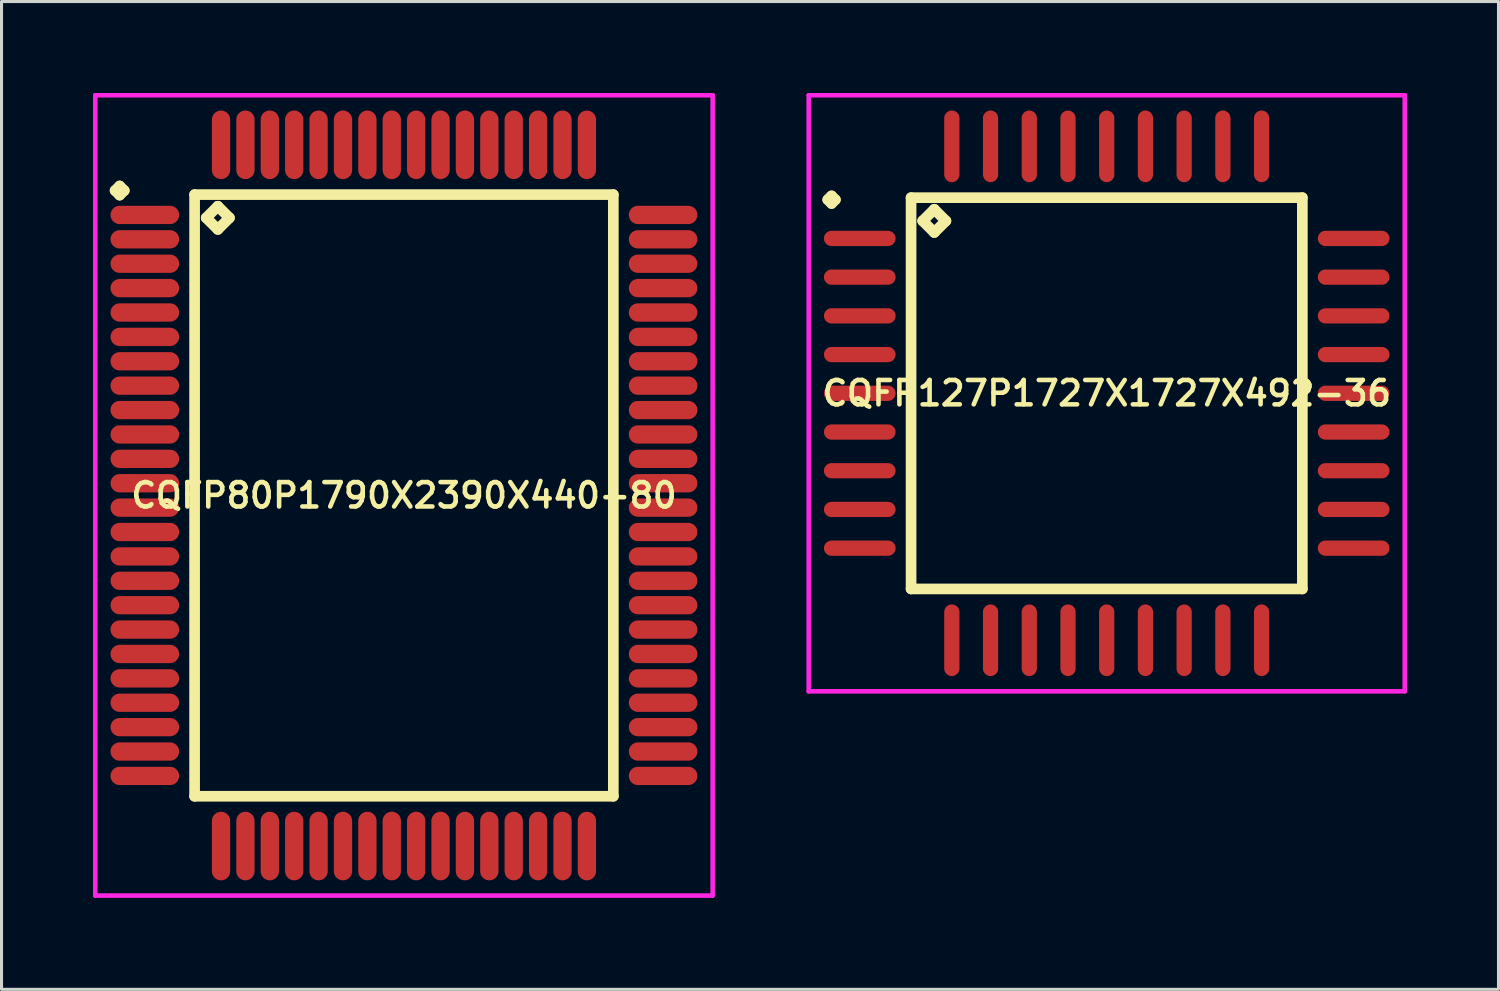
<source format=kicad_pcb>
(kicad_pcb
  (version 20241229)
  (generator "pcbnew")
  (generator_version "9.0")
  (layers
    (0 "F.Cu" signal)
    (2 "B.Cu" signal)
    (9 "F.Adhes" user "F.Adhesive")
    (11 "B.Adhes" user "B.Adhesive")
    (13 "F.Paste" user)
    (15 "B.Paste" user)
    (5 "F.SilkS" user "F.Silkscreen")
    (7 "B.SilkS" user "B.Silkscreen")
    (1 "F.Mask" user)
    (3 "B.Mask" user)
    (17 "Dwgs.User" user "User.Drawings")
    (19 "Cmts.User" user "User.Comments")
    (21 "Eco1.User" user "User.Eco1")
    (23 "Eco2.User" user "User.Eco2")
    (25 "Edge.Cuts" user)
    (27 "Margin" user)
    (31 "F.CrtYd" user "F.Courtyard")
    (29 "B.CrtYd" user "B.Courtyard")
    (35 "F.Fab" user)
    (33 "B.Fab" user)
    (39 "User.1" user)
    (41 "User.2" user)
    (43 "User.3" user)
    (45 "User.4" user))
  (footprint "CQFP127P1727X1727X492-36"
    (layer "F.Cu")
    (at 33.25 9.85)
    (property "Reference" "CQFP127P1727X1727X492-36" (at 0 0 0) (layer "F.SilkS") (effects (font (size 0.8 0.8) (thickness 0.15))))
    (attr smd)
    (fp_line (start -9.15 -6.35) (end -9.025 -6.475) (stroke (width 0.35) (type solid)) (layer "F.SilkS"))
    (fp_line (start -9.025 -6.475) (end -8.9 -6.35) (stroke (width 0.35) (type solid)) (layer "F.SilkS"))
    (fp_line (start -9.025 -6.225) (end -9.15 -6.35) (stroke (width 0.35) (type solid)) (layer "F.SilkS"))
    (fp_line (start -8.9 -6.35) (end -9.025 -6.225) (stroke (width 0.35) (type solid)) (layer "F.SilkS"))
    (fp_line (start -6.417 -6.417) (end -6.417 6.417) (stroke (width 0.35) (type solid)) (layer "F.SilkS"))
    (fp_line (start -6.417 6.417) (end 6.417 6.417) (stroke (width 0.35) (type solid)) (layer "F.SilkS"))
    (fp_line (start -6.036 -5.655) (end -5.655 -6.036) (stroke (width 0.35) (type solid)) (layer "F.SilkS"))
    (fp_line (start -5.655 -6.036) (end -5.274 -5.655) (stroke (width 0.35) (type solid)) (layer "F.SilkS"))
    (fp_line (start -5.655 -5.274) (end -6.036 -5.655) (stroke (width 0.35) (type solid)) (layer "F.SilkS"))
    (fp_line (start -5.274 -5.655) (end -5.655 -5.274) (stroke (width 0.35) (type solid)) (layer "F.SilkS"))
    (fp_line (start 6.417 -6.417) (end -6.417 -6.417) (stroke (width 0.35) (type solid)) (layer "F.SilkS"))
    (fp_line (start 6.417 6.417) (end 6.417 -6.417) (stroke (width 0.35) (type solid)) (layer "F.SilkS"))
    (fp_line (start -9.775 -9.775) (end 9.775 -9.775) (stroke (width 0.15) (type solid)) (layer "F.CrtYd"))
    (fp_line (start -9.775 9.775) (end -9.775 -9.775) (stroke (width 0.15) (type solid)) (layer "F.CrtYd"))
    (fp_line (start 9.775 -9.775) (end 9.775 9.775) (stroke (width 0.15) (type solid)) (layer "F.CrtYd"))
    (fp_line (start 9.775 9.775) (end -9.775 9.775) (stroke (width 0.15) (type solid)) (layer "F.CrtYd"))
    (pad "1" smd oval (at -8.1 -5.08) (size 2.35 0.5) (layers "F.Cu" "F.Mask" "F.Paste"))
    (pad "2" smd oval (at -8.1 -3.81) (size 2.35 0.5) (layers "F.Cu" "F.Mask" "F.Paste"))
    (pad "3" smd oval (at -8.1 -2.54) (size 2.35 0.5) (layers "F.Cu" "F.Mask" "F.Paste"))
    (pad "4" smd oval (at -8.1 -1.27) (size 2.35 0.5) (layers "F.Cu" "F.Mask" "F.Paste"))
    (pad "5" smd oval (at -8.1 0) (size 2.35 0.5) (layers "F.Cu" "F.Mask" "F.Paste"))
    (pad "6" smd oval (at -8.1 1.27) (size 2.35 0.5) (layers "F.Cu" "F.Mask" "F.Paste"))
    (pad "7" smd oval (at -8.1 2.54) (size 2.35 0.5) (layers "F.Cu" "F.Mask" "F.Paste"))
    (pad "8" smd oval (at -8.1 3.81) (size 2.35 0.5) (layers "F.Cu" "F.Mask" "F.Paste"))
    (pad "9" smd oval (at -8.1 5.08) (size 2.35 0.5) (layers "F.Cu" "F.Mask" "F.Paste"))
    (pad "10" smd oval (at -5.08 8.1) (size 0.5 2.35) (layers "F.Cu" "F.Mask" "F.Paste"))
    (pad "11" smd oval (at -3.81 8.1) (size 0.5 2.35) (layers "F.Cu" "F.Mask" "F.Paste"))
    (pad "12" smd oval (at -2.54 8.1) (size 0.5 2.35) (layers "F.Cu" "F.Mask" "F.Paste"))
    (pad "13" smd oval (at -1.27 8.1) (size 0.5 2.35) (layers "F.Cu" "F.Mask" "F.Paste"))
    (pad "14" smd oval (at 0 8.1) (size 0.5 2.35) (layers "F.Cu" "F.Mask" "F.Paste"))
    (pad "15" smd oval (at 1.27 8.1) (size 0.5 2.35) (layers "F.Cu" "F.Mask" "F.Paste"))
    (pad "16" smd oval (at 2.54 8.1) (size 0.5 2.35) (layers "F.Cu" "F.Mask" "F.Paste"))
    (pad "17" smd oval (at 3.81 8.1) (size 0.5 2.35) (layers "F.Cu" "F.Mask" "F.Paste"))
    (pad "18" smd oval (at 5.08 8.1) (size 0.5 2.35) (layers "F.Cu" "F.Mask" "F.Paste"))
    (pad "19" smd oval (at 8.1 5.08) (size 2.35 0.5) (layers "F.Cu" "F.Mask" "F.Paste"))
    (pad "20" smd oval (at 8.1 3.81) (size 2.35 0.5) (layers "F.Cu" "F.Mask" "F.Paste"))
    (pad "21" smd oval (at 8.1 2.54) (size 2.35 0.5) (layers "F.Cu" "F.Mask" "F.Paste"))
    (pad "22" smd oval (at 8.1 1.27) (size 2.35 0.5) (layers "F.Cu" "F.Mask" "F.Paste"))
    (pad "23" smd oval (at 8.1 0) (size 2.35 0.5) (layers "F.Cu" "F.Mask" "F.Paste"))
    (pad "24" smd oval (at 8.1 -1.27) (size 2.35 0.5) (layers "F.Cu" "F.Mask" "F.Paste"))
    (pad "25" smd oval (at 8.1 -2.54) (size 2.35 0.5) (layers "F.Cu" "F.Mask" "F.Paste"))
    (pad "26" smd oval (at 8.1 -3.81) (size 2.35 0.5) (layers "F.Cu" "F.Mask" "F.Paste"))
    (pad "27" smd oval (at 8.1 -5.08) (size 2.35 0.5) (layers "F.Cu" "F.Mask" "F.Paste"))
    (pad "28" smd oval (at 5.08 -8.1) (size 0.5 2.35) (layers "F.Cu" "F.Mask" "F.Paste"))
    (pad "29" smd oval (at 3.81 -8.1) (size 0.5 2.35) (layers "F.Cu" "F.Mask" "F.Paste"))
    (pad "30" smd oval (at 2.54 -8.1) (size 0.5 2.35) (layers "F.Cu" "F.Mask" "F.Paste"))
    (pad "31" smd oval (at 1.27 -8.1) (size 0.5 2.35) (layers "F.Cu" "F.Mask" "F.Paste"))
    (pad "32" smd oval (at 0 -8.1) (size 0.5 2.35) (layers "F.Cu" "F.Mask" "F.Paste"))
    (pad "33" smd oval (at -1.27 -8.1) (size 0.5 2.35) (layers "F.Cu" "F.Mask" "F.Paste"))
    (pad "34" smd oval (at -2.54 -8.1) (size 0.5 2.35) (layers "F.Cu" "F.Mask" "F.Paste"))
    (pad "35" smd oval (at -3.81 -8.1) (size 0.5 2.35) (layers "F.Cu" "F.Mask" "F.Paste"))
    (pad "36" smd oval (at -5.08 -8.1) (size 0.5 2.35) (layers "F.Cu" "F.Mask" "F.Paste")))
  (footprint "CQFP80P1790X2390X440-80"
    (layer "F.Cu")
    (at 10.2 13.2)
    (property "Reference" "CQFP80P1790X2390X440-80" (at 0 0 0) (layer "F.SilkS") (effects (font (size 0.8 0.8) (thickness 0.15))))
    (attr smd)
    (fp_line (start -9.475 -10) (end -9.325 -10.15) (stroke (width 0.35) (type solid)) (layer "F.SilkS"))
    (fp_line (start -9.325 -10.15) (end -9.175 -10) (stroke (width 0.35) (type solid)) (layer "F.SilkS"))
    (fp_line (start -9.325 -9.85) (end -9.475 -10) (stroke (width 0.35) (type solid)) (layer "F.SilkS"))
    (fp_line (start -9.175 -10) (end -9.325 -9.85) (stroke (width 0.35) (type solid)) (layer "F.SilkS"))
    (fp_line (start -6.867 -9.867) (end -6.867 9.867) (stroke (width 0.35) (type solid)) (layer "F.SilkS"))
    (fp_line (start -6.867 9.867) (end 6.867 9.867) (stroke (width 0.35) (type solid)) (layer "F.SilkS"))
    (fp_line (start -6.486 -9.105) (end -6.105 -9.486) (stroke (width 0.35) (type solid)) (layer "F.SilkS"))
    (fp_line (start -6.105 -9.486) (end -5.724 -9.105) (stroke (width 0.35) (type solid)) (layer "F.SilkS"))
    (fp_line (start -6.105 -8.724) (end -6.486 -9.105) (stroke (width 0.35) (type solid)) (layer "F.SilkS"))
    (fp_line (start -5.724 -9.105) (end -6.105 -8.724) (stroke (width 0.35) (type solid)) (layer "F.SilkS"))
    (fp_line (start 6.867 -9.867) (end -6.867 -9.867) (stroke (width 0.35) (type solid)) (layer "F.SilkS"))
    (fp_line (start 6.867 9.867) (end 6.867 -9.867) (stroke (width 0.35) (type solid)) (layer "F.SilkS"))
    (fp_line (start -10.125 -13.125) (end 10.125 -13.125) (stroke (width 0.15) (type solid)) (layer "F.CrtYd"))
    (fp_line (start -10.125 13.125) (end -10.125 -13.125) (stroke (width 0.15) (type solid)) (layer "F.CrtYd"))
    (fp_line (start 10.125 -13.125) (end 10.125 13.125) (stroke (width 0.15) (type solid)) (layer "F.CrtYd"))
    (fp_line (start 10.125 13.125) (end -10.125 13.125) (stroke (width 0.15) (type solid)) (layer "F.CrtYd"))
    (pad "1" smd oval (at -8.5 -9.2) (size 2.25 0.6) (layers "F.Cu" "F.Mask" "F.Paste"))
    (pad "2" smd oval (at -8.5 -8.4) (size 2.25 0.6) (layers "F.Cu" "F.Mask" "F.Paste"))
    (pad "3" smd oval (at -8.5 -7.6) (size 2.25 0.6) (layers "F.Cu" "F.Mask" "F.Paste"))
    (pad "4" smd oval (at -8.5 -6.8) (size 2.25 0.6) (layers "F.Cu" "F.Mask" "F.Paste"))
    (pad "5" smd oval (at -8.5 -6) (size 2.25 0.6) (layers "F.Cu" "F.Mask" "F.Paste"))
    (pad "6" smd oval (at -8.5 -5.2) (size 2.25 0.6) (layers "F.Cu" "F.Mask" "F.Paste"))
    (pad "7" smd oval (at -8.5 -4.4) (size 2.25 0.6) (layers "F.Cu" "F.Mask" "F.Paste"))
    (pad "8" smd oval (at -8.5 -3.6) (size 2.25 0.6) (layers "F.Cu" "F.Mask" "F.Paste"))
    (pad "9" smd oval (at -8.5 -2.8) (size 2.25 0.6) (layers "F.Cu" "F.Mask" "F.Paste"))
    (pad "10" smd oval (at -8.5 -2) (size 2.25 0.6) (layers "F.Cu" "F.Mask" "F.Paste"))
    (pad "11" smd oval (at -8.5 -1.2) (size 2.25 0.6) (layers "F.Cu" "F.Mask" "F.Paste"))
    (pad "12" smd oval (at -8.5 -0.4) (size 2.25 0.6) (layers "F.Cu" "F.Mask" "F.Paste"))
    (pad "13" smd oval (at -8.5 0.4) (size 2.25 0.6) (layers "F.Cu" "F.Mask" "F.Paste"))
    (pad "14" smd oval (at -8.5 1.2) (size 2.25 0.6) (layers "F.Cu" "F.Mask" "F.Paste"))
    (pad "15" smd oval (at -8.5 2) (size 2.25 0.6) (layers "F.Cu" "F.Mask" "F.Paste"))
    (pad "16" smd oval (at -8.5 2.8) (size 2.25 0.6) (layers "F.Cu" "F.Mask" "F.Paste"))
    (pad "17" smd oval (at -8.5 3.6) (size 2.25 0.6) (layers "F.Cu" "F.Mask" "F.Paste"))
    (pad "18" smd oval (at -8.5 4.4) (size 2.25 0.6) (layers "F.Cu" "F.Mask" "F.Paste"))
    (pad "19" smd oval (at -8.5 5.2) (size 2.25 0.6) (layers "F.Cu" "F.Mask" "F.Paste"))
    (pad "20" smd oval (at -8.5 6) (size 2.25 0.6) (layers "F.Cu" "F.Mask" "F.Paste"))
    (pad "21" smd oval (at -8.5 6.8) (size 2.25 0.6) (layers "F.Cu" "F.Mask" "F.Paste"))
    (pad "22" smd oval (at -8.5 7.6) (size 2.25 0.6) (layers "F.Cu" "F.Mask" "F.Paste"))
    (pad "23" smd oval (at -8.5 8.4) (size 2.25 0.6) (layers "F.Cu" "F.Mask" "F.Paste"))
    (pad "24" smd oval (at -8.5 9.2) (size 2.25 0.6) (layers "F.Cu" "F.Mask" "F.Paste"))
    (pad "25" smd oval (at -6 11.5) (size 0.6 2.25) (layers "F.Cu" "F.Mask" "F.Paste"))
    (pad "26" smd oval (at -5.2 11.5) (size 0.6 2.25) (layers "F.Cu" "F.Mask" "F.Paste"))
    (pad "27" smd oval (at -4.4 11.5) (size 0.6 2.25) (layers "F.Cu" "F.Mask" "F.Paste"))
    (pad "28" smd oval (at -3.6 11.5) (size 0.6 2.25) (layers "F.Cu" "F.Mask" "F.Paste"))
    (pad "29" smd oval (at -2.8 11.5) (size 0.6 2.25) (layers "F.Cu" "F.Mask" "F.Paste"))
    (pad "30" smd oval (at -2 11.5) (size 0.6 2.25) (layers "F.Cu" "F.Mask" "F.Paste"))
    (pad "31" smd oval (at -1.2 11.5) (size 0.6 2.25) (layers "F.Cu" "F.Mask" "F.Paste"))
    (pad "32" smd oval (at -0.4 11.5) (size 0.6 2.25) (layers "F.Cu" "F.Mask" "F.Paste"))
    (pad "33" smd oval (at 0.4 11.5) (size 0.6 2.25) (layers "F.Cu" "F.Mask" "F.Paste"))
    (pad "34" smd oval (at 1.2 11.5) (size 0.6 2.25) (layers "F.Cu" "F.Mask" "F.Paste"))
    (pad "35" smd oval (at 2 11.5) (size 0.6 2.25) (layers "F.Cu" "F.Mask" "F.Paste"))
    (pad "36" smd oval (at 2.8 11.5) (size 0.6 2.25) (layers "F.Cu" "F.Mask" "F.Paste"))
    (pad "37" smd oval (at 3.6 11.5) (size 0.6 2.25) (layers "F.Cu" "F.Mask" "F.Paste"))
    (pad "38" smd oval (at 4.4 11.5) (size 0.6 2.25) (layers "F.Cu" "F.Mask" "F.Paste"))
    (pad "39" smd oval (at 5.2 11.5) (size 0.6 2.25) (layers "F.Cu" "F.Mask" "F.Paste"))
    (pad "40" smd oval (at 6 11.5) (size 0.6 2.25) (layers "F.Cu" "F.Mask" "F.Paste"))
    (pad "41" smd oval (at 8.5 9.2) (size 2.25 0.6) (layers "F.Cu" "F.Mask" "F.Paste"))
    (pad "42" smd oval (at 8.5 8.4) (size 2.25 0.6) (layers "F.Cu" "F.Mask" "F.Paste"))
    (pad "43" smd oval (at 8.5 7.6) (size 2.25 0.6) (layers "F.Cu" "F.Mask" "F.Paste"))
    (pad "44" smd oval (at 8.5 6.8) (size 2.25 0.6) (layers "F.Cu" "F.Mask" "F.Paste"))
    (pad "45" smd oval (at 8.5 6) (size 2.25 0.6) (layers "F.Cu" "F.Mask" "F.Paste"))
    (pad "46" smd oval (at 8.5 5.2) (size 2.25 0.6) (layers "F.Cu" "F.Mask" "F.Paste"))
    (pad "47" smd oval (at 8.5 4.4) (size 2.25 0.6) (layers "F.Cu" "F.Mask" "F.Paste"))
    (pad "48" smd oval (at 8.5 3.6) (size 2.25 0.6) (layers "F.Cu" "F.Mask" "F.Paste"))
    (pad "49" smd oval (at 8.5 2.8) (size 2.25 0.6) (layers "F.Cu" "F.Mask" "F.Paste"))
    (pad "50" smd oval (at 8.5 2) (size 2.25 0.6) (layers "F.Cu" "F.Mask" "F.Paste"))
    (pad "51" smd oval (at 8.5 1.2) (size 2.25 0.6) (layers "F.Cu" "F.Mask" "F.Paste"))
    (pad "52" smd oval (at 8.5 0.4) (size 2.25 0.6) (layers "F.Cu" "F.Mask" "F.Paste"))
    (pad "53" smd oval (at 8.5 -0.4) (size 2.25 0.6) (layers "F.Cu" "F.Mask" "F.Paste"))
    (pad "54" smd oval (at 8.5 -1.2) (size 2.25 0.6) (layers "F.Cu" "F.Mask" "F.Paste"))
    (pad "55" smd oval (at 8.5 -2) (size 2.25 0.6) (layers "F.Cu" "F.Mask" "F.Paste"))
    (pad "56" smd oval (at 8.5 -2.8) (size 2.25 0.6) (layers "F.Cu" "F.Mask" "F.Paste"))
    (pad "57" smd oval (at 8.5 -3.6) (size 2.25 0.6) (layers "F.Cu" "F.Mask" "F.Paste"))
    (pad "58" smd oval (at 8.5 -4.4) (size 2.25 0.6) (layers "F.Cu" "F.Mask" "F.Paste"))
    (pad "59" smd oval (at 8.5 -5.2) (size 2.25 0.6) (layers "F.Cu" "F.Mask" "F.Paste"))
    (pad "60" smd oval (at 8.5 -6) (size 2.25 0.6) (layers "F.Cu" "F.Mask" "F.Paste"))
    (pad "61" smd oval (at 8.5 -6.8) (size 2.25 0.6) (layers "F.Cu" "F.Mask" "F.Paste"))
    (pad "62" smd oval (at 8.5 -7.6) (size 2.25 0.6) (layers "F.Cu" "F.Mask" "F.Paste"))
    (pad "63" smd oval (at 8.5 -8.4) (size 2.25 0.6) (layers "F.Cu" "F.Mask" "F.Paste"))
    (pad "64" smd oval (at 8.5 -9.2) (size 2.25 0.6) (layers "F.Cu" "F.Mask" "F.Paste"))
    (pad "65" smd oval (at 6 -11.5) (size 0.6 2.25) (layers "F.Cu" "F.Mask" "F.Paste"))
    (pad "66" smd oval (at 5.2 -11.5) (size 0.6 2.25) (layers "F.Cu" "F.Mask" "F.Paste"))
    (pad "67" smd oval (at 4.4 -11.5) (size 0.6 2.25) (layers "F.Cu" "F.Mask" "F.Paste"))
    (pad "68" smd oval (at 3.6 -11.5) (size 0.6 2.25) (layers "F.Cu" "F.Mask" "F.Paste"))
    (pad "69" smd oval (at 2.8 -11.5) (size 0.6 2.25) (layers "F.Cu" "F.Mask" "F.Paste"))
    (pad "70" smd oval (at 2 -11.5) (size 0.6 2.25) (layers "F.Cu" "F.Mask" "F.Paste"))
    (pad "71" smd oval (at 1.2 -11.5) (size 0.6 2.25) (layers "F.Cu" "F.Mask" "F.Paste"))
    (pad "72" smd oval (at 0.4 -11.5) (size 0.6 2.25) (layers "F.Cu" "F.Mask" "F.Paste"))
    (pad "73" smd oval (at -0.4 -11.5) (size 0.6 2.25) (layers "F.Cu" "F.Mask" "F.Paste"))
    (pad "74" smd oval (at -1.2 -11.5) (size 0.6 2.25) (layers "F.Cu" "F.Mask" "F.Paste"))
    (pad "75" smd oval (at -2 -11.5) (size 0.6 2.25) (layers "F.Cu" "F.Mask" "F.Paste"))
    (pad "76" smd oval (at -2.8 -11.5) (size 0.6 2.25) (layers "F.Cu" "F.Mask" "F.Paste"))
    (pad "77" smd oval (at -3.6 -11.5) (size 0.6 2.25) (layers "F.Cu" "F.Mask" "F.Paste"))
    (pad "78" smd oval (at -4.4 -11.5) (size 0.6 2.25) (layers "F.Cu" "F.Mask" "F.Paste"))
    (pad "79" smd oval (at -5.2 -11.5) (size 0.6 2.25) (layers "F.Cu" "F.Mask" "F.Paste"))
    (pad "80" smd oval (at -6 -11.5) (size 0.6 2.25) (layers "F.Cu" "F.Mask" "F.Paste")))
  (gr_rect
    (start -3 -3)
    (end 46.1 29.4)
    (stroke (width 0.1) (type default))
    (fill no)
    (layer "Edge.Cuts")))
</source>
